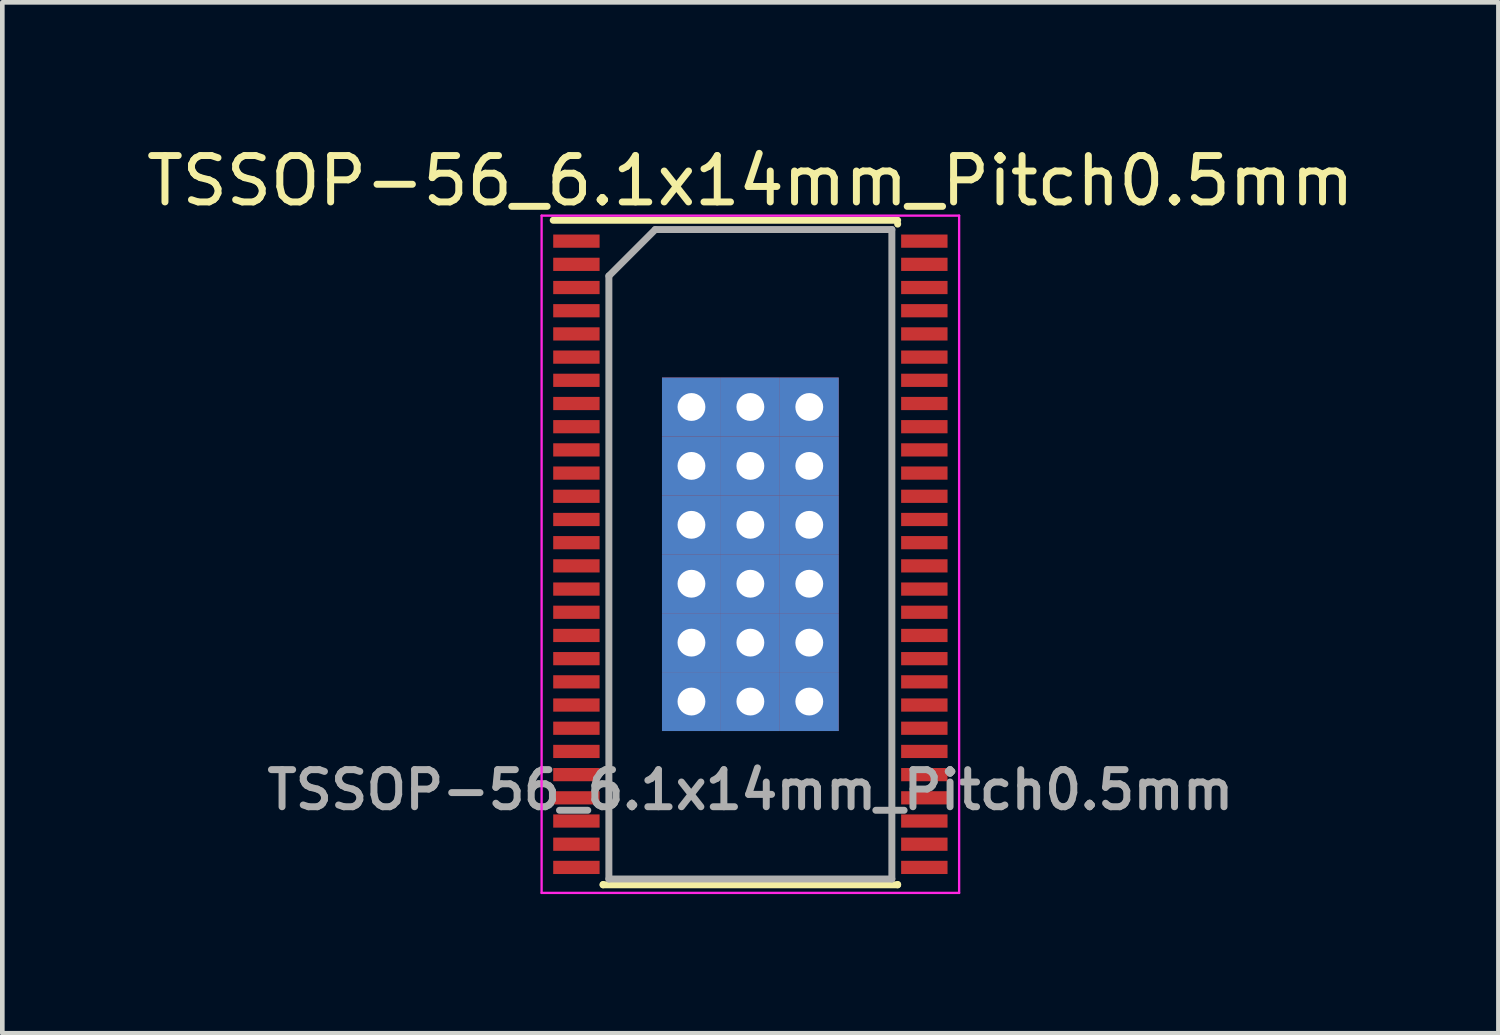
<source format=kicad_pcb>
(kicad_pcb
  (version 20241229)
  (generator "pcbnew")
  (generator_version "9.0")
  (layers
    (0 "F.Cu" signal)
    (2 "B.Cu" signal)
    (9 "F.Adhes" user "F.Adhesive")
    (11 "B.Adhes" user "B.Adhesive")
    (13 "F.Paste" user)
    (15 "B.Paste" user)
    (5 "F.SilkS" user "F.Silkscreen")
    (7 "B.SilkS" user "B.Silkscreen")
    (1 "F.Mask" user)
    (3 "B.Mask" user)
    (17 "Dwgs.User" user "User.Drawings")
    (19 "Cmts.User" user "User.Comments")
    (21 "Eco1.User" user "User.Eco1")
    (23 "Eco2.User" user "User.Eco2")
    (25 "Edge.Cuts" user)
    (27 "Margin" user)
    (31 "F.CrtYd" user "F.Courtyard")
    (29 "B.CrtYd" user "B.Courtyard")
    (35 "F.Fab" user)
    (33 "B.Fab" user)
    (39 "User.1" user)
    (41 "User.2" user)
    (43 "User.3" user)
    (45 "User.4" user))
  (footprint "TSSOP-56_6.1x14mm_Pitch0.5mm"
    (layer "F.Cu")
    (at 13.125 8.898)
    (property "Reference" "TSSOP-56_6.1x14mm_Pitch0.5mm" (at 0 -8.05 0) (layer "F.SilkS") (effects (font (size 1 1) (thickness 0.15))))
    (attr smd)
    (fp_line (start -4.25 -7.2) (end 3.175 -7.2) (stroke (width 0.15) (type solid)) (layer "F.SilkS"))
    (fp_line (start -3.175 7.125) (end -3.175 7.117) (stroke (width 0.15) (type solid)) (layer "F.SilkS"))
    (fp_line (start -3.175 7.125) (end 3.175 7.125) (stroke (width 0.15) (type solid)) (layer "F.SilkS"))
    (fp_line (start 3.175 -7.125) (end 3.175 -7.117) (stroke (width 0.15) (type solid)) (layer "F.SilkS"))
    (fp_line (start 3.175 7.125) (end 3.175 7.117) (stroke (width 0.15) (type solid)) (layer "F.SilkS"))
    (fp_line (start -4.5 -7.3) (end -4.5 7.3) (stroke (width 0.05) (type solid)) (layer "F.CrtYd"))
    (fp_line (start -4.5 -7.3) (end 4.5 -7.3) (stroke (width 0.05) (type solid)) (layer "F.CrtYd"))
    (fp_line (start -4.5 7.3) (end 4.5 7.3) (stroke (width 0.05) (type solid)) (layer "F.CrtYd"))
    (fp_line (start 4.5 -7.3) (end 4.5 7.3) (stroke (width 0.05) (type solid)) (layer "F.CrtYd"))
    (fp_line (start -3.05 -6) (end -2.05 -7) (stroke (width 0.15) (type solid)) (layer "F.Fab"))
    (fp_line (start -3.05 7) (end -3.05 -6) (stroke (width 0.15) (type solid)) (layer "F.Fab"))
    (fp_line (start -2.05 -7) (end 3.05 -7) (stroke (width 0.15) (type solid)) (layer "F.Fab"))
    (fp_line (start 3.05 -7) (end 3.05 7) (stroke (width 0.15) (type solid)) (layer "F.Fab"))
    (fp_line (start 3.05 7) (end -3.05 7) (stroke (width 0.15) (type solid)) (layer "F.Fab"))
    (fp_text user "${REFERENCE}" (at 0 5.08 0) (layer "F.Fab") (effects (font (size 0.8 0.8) (thickness 0.15))))
    (pad "1" smd rect (at -3.75 -6.75) (size 1 0.285) (layers "F.Cu" "F.Mask" "F.Paste"))
    (pad "2" smd rect (at -3.75 -6.25) (size 1 0.285) (layers "F.Cu" "F.Mask" "F.Paste"))
    (pad "3" smd rect (at -3.75 -5.75) (size 1 0.285) (layers "F.Cu" "F.Mask" "F.Paste"))
    (pad "4" smd rect (at -3.75 -5.25) (size 1 0.285) (layers "F.Cu" "F.Mask" "F.Paste"))
    (pad "5" smd rect (at -3.75 -4.75) (size 1 0.285) (layers "F.Cu" "F.Mask" "F.Paste"))
    (pad "6" smd rect (at -3.75 -4.25) (size 1 0.285) (layers "F.Cu" "F.Mask" "F.Paste"))
    (pad "7" smd rect (at -3.75 -3.75) (size 1 0.285) (layers "F.Cu" "F.Mask" "F.Paste"))
    (pad "8" smd rect (at -3.75 -3.25) (size 1 0.285) (layers "F.Cu" "F.Mask" "F.Paste"))
    (pad "9" smd rect (at -3.75 -2.75) (size 1 0.285) (layers "F.Cu" "F.Mask" "F.Paste"))
    (pad "10" smd rect (at -3.75 -2.25) (size 1 0.285) (layers "F.Cu" "F.Mask" "F.Paste"))
    (pad "11" smd rect (at -3.75 -1.75) (size 1 0.285) (layers "F.Cu" "F.Mask" "F.Paste"))
    (pad "12" smd rect (at -3.75 -1.25) (size 1 0.285) (layers "F.Cu" "F.Mask" "F.Paste"))
    (pad "13" smd rect (at -3.75 -0.75) (size 1 0.285) (layers "F.Cu" "F.Mask" "F.Paste"))
    (pad "14" smd rect (at -3.75 -0.25) (size 1 0.285) (layers "F.Cu" "F.Mask" "F.Paste"))
    (pad "15" smd rect (at -3.75 0.25) (size 1 0.285) (layers "F.Cu" "F.Mask" "F.Paste"))
    (pad "16" smd rect (at -3.75 0.75) (size 1 0.285) (layers "F.Cu" "F.Mask" "F.Paste"))
    (pad "17" smd rect (at -3.75 1.25) (size 1 0.285) (layers "F.Cu" "F.Mask" "F.Paste"))
    (pad "18" smd rect (at -3.75 1.75) (size 1 0.285) (layers "F.Cu" "F.Mask" "F.Paste"))
    (pad "19" smd rect (at -3.75 2.25) (size 1 0.285) (layers "F.Cu" "F.Mask" "F.Paste"))
    (pad "20" smd rect (at -3.75 2.75) (size 1 0.285) (layers "F.Cu" "F.Mask" "F.Paste"))
    (pad "21" smd rect (at -3.75 3.25) (size 1 0.285) (layers "F.Cu" "F.Mask" "F.Paste"))
    (pad "22" smd rect (at -3.75 3.75) (size 1 0.285) (layers "F.Cu" "F.Mask" "F.Paste"))
    (pad "23" smd rect (at -3.75 4.25) (size 1 0.285) (layers "F.Cu" "F.Mask" "F.Paste"))
    (pad "24" smd rect (at -3.75 4.75) (size 1 0.285) (layers "F.Cu" "F.Mask" "F.Paste"))
    (pad "25" smd rect (at -3.75 5.25) (size 1 0.285) (layers "F.Cu" "F.Mask" "F.Paste"))
    (pad "26" smd rect (at -3.75 5.75) (size 1 0.285) (layers "F.Cu" "F.Mask" "F.Paste"))
    (pad "27" smd rect (at -3.75 6.25) (size 1 0.285) (layers "F.Cu" "F.Mask" "F.Paste"))
    (pad "28" smd rect (at -3.75 6.75) (size 1 0.285) (layers "F.Cu" "F.Mask" "F.Paste"))
    (pad "29" smd rect (at 3.75 6.75) (size 1 0.285) (layers "F.Cu" "F.Mask" "F.Paste"))
    (pad "30" smd rect (at 3.75 6.25) (size 1 0.285) (layers "F.Cu" "F.Mask" "F.Paste"))
    (pad "31" smd rect (at 3.75 5.75) (size 1 0.285) (layers "F.Cu" "F.Mask" "F.Paste"))
    (pad "32" smd rect (at 3.75 5.25) (size 1 0.285) (layers "F.Cu" "F.Mask" "F.Paste"))
    (pad "33" smd rect (at 3.75 4.75) (size 1 0.285) (layers "F.Cu" "F.Mask" "F.Paste"))
    (pad "34" smd rect (at 3.75 4.25) (size 1 0.285) (layers "F.Cu" "F.Mask" "F.Paste"))
    (pad "35" smd rect (at 3.75 3.75) (size 1 0.285) (layers "F.Cu" "F.Mask" "F.Paste"))
    (pad "36" smd rect (at 3.75 3.25) (size 1 0.285) (layers "F.Cu" "F.Mask" "F.Paste"))
    (pad "37" smd rect (at 3.75 2.75) (size 1 0.285) (layers "F.Cu" "F.Mask" "F.Paste"))
    (pad "38" smd rect (at 3.75 2.25) (size 1 0.285) (layers "F.Cu" "F.Mask" "F.Paste"))
    (pad "39" smd rect (at 3.75 1.75) (size 1 0.285) (layers "F.Cu" "F.Mask" "F.Paste"))
    (pad "40" smd rect (at 3.75 1.25) (size 1 0.285) (layers "F.Cu" "F.Mask" "F.Paste"))
    (pad "41" smd rect (at 3.75 0.75) (size 1 0.285) (layers "F.Cu" "F.Mask" "F.Paste"))
    (pad "42" smd rect (at 3.75 0.25) (size 1 0.285) (layers "F.Cu" "F.Mask" "F.Paste"))
    (pad "43" smd rect (at 3.75 -0.25) (size 1 0.285) (layers "F.Cu" "F.Mask" "F.Paste"))
    (pad "44" smd rect (at 3.75 -0.75) (size 1 0.285) (layers "F.Cu" "F.Mask" "F.Paste"))
    (pad "45" smd rect (at 3.75 -1.25) (size 1 0.285) (layers "F.Cu" "F.Mask" "F.Paste"))
    (pad "46" smd rect (at 3.75 -1.75) (size 1 0.285) (layers "F.Cu" "F.Mask" "F.Paste"))
    (pad "47" smd rect (at 3.75 -2.25) (size 1 0.285) (layers "F.Cu" "F.Mask" "F.Paste"))
    (pad "48" smd rect (at 3.75 -2.75) (size 1 0.285) (layers "F.Cu" "F.Mask" "F.Paste"))
    (pad "49" smd rect (at 3.75 -3.25) (size 1 0.285) (layers "F.Cu" "F.Mask" "F.Paste"))
    (pad "50" smd rect (at 3.75 -3.75) (size 1 0.285) (layers "F.Cu" "F.Mask" "F.Paste"))
    (pad "51" smd rect (at 3.75 -4.25) (size 1 0.285) (layers "F.Cu" "F.Mask" "F.Paste"))
    (pad "52" smd rect (at 3.75 -4.75) (size 1 0.285) (layers "F.Cu" "F.Mask" "F.Paste"))
    (pad "53" smd rect (at 3.75 -5.25) (size 1 0.285) (layers "F.Cu" "F.Mask" "F.Paste"))
    (pad "54" smd rect (at 3.75 -5.75) (size 1 0.285) (layers "F.Cu" "F.Mask" "F.Paste"))
    (pad "55" smd rect (at 3.75 -6.25) (size 1 0.285) (layers "F.Cu" "F.Mask" "F.Paste"))
    (pad "56" smd rect (at 3.75 -6.75) (size 1 0.285) (layers "F.Cu" "F.Mask" "F.Paste"))
    (pad "57" thru_hole rect (at -1.27 -3.175) (size 1.27 1.27) (drill 0.6) (layers "*.Cu" "*.Mask"))
    (pad "57" thru_hole rect (at -1.27 -1.905) (size 1.27 1.27) (drill 0.6) (layers "*.Cu" "*.Mask"))
    (pad "57" thru_hole rect (at -1.27 -0.635) (size 1.27 1.27) (drill 0.6) (layers "*.Cu" "*.Mask"))
    (pad "57" thru_hole rect (at -1.27 0.635) (size 1.27 1.27) (drill 0.6) (layers "*.Cu" "*.Mask"))
    (pad "57" thru_hole rect (at -1.27 1.905) (size 1.27 1.27) (drill 0.6) (layers "*.Cu" "*.Mask"))
    (pad "57" thru_hole rect (at -1.27 3.175) (size 1.27 1.27) (drill 0.6) (layers "*.Cu" "*.Mask"))
    (pad "57" thru_hole rect (at 0 -3.175) (size 1.27 1.27) (drill 0.6) (layers "*.Cu" "*.Mask"))
    (pad "57" thru_hole rect (at 0 -1.905) (size 1.27 1.27) (drill 0.6) (layers "*.Cu" "*.Mask"))
    (pad "57" thru_hole rect (at 0 -0.635) (size 1.27 1.27) (drill 0.6) (layers "*.Cu" "*.Mask"))
    (pad "57" thru_hole rect (at 0 0.635) (size 1.27 1.27) (drill 0.6) (layers "*.Cu" "*.Mask"))
    (pad "57" thru_hole rect (at 0 1.905) (size 1.27 1.27) (drill 0.6) (layers "*.Cu" "*.Mask"))
    (pad "57" thru_hole rect (at 0 3.175) (size 1.27 1.27) (drill 0.6) (layers "*.Cu" "*.Mask"))
    (pad "57" thru_hole rect (at 1.27 -3.175) (size 1.27 1.27) (drill 0.6) (layers "*.Cu" "*.Mask"))
    (pad "57" thru_hole rect (at 1.27 -1.905) (size 1.27 1.27) (drill 0.6) (layers "*.Cu" "*.Mask"))
    (pad "57" thru_hole rect (at 1.27 -0.635) (size 1.27 1.27) (drill 0.6) (layers "*.Cu" "*.Mask"))
    (pad "57" thru_hole rect (at 1.27 0.635) (size 1.27 1.27) (drill 0.6) (layers "*.Cu" "*.Mask"))
    (pad "57" thru_hole rect (at 1.27 1.905) (size 1.27 1.27) (drill 0.6) (layers "*.Cu" "*.Mask"))
    (pad "57" thru_hole rect (at 1.27 3.175) (size 1.27 1.27) (drill 0.6) (layers "*.Cu" "*.Mask")))
  (gr_rect
    (start -3 -3)
    (end 29.25 19.223)
    (stroke (width 0.1) (type default))
    (fill no)
    (layer "Edge.Cuts")))
</source>
